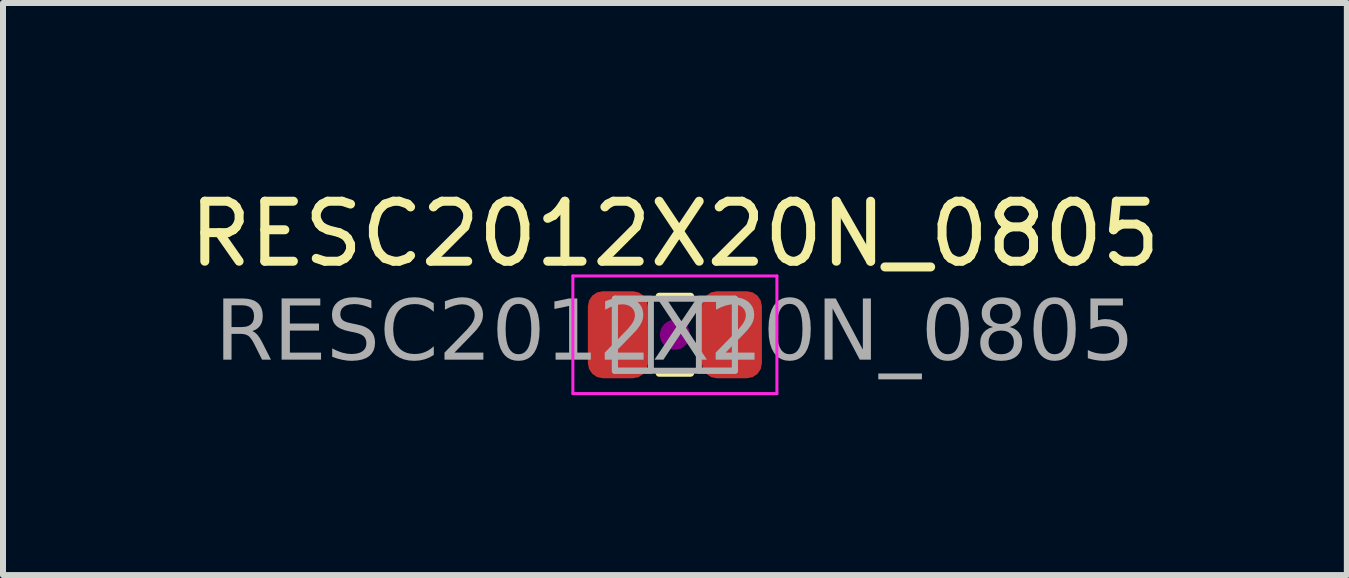
<source format=kicad_pcb>
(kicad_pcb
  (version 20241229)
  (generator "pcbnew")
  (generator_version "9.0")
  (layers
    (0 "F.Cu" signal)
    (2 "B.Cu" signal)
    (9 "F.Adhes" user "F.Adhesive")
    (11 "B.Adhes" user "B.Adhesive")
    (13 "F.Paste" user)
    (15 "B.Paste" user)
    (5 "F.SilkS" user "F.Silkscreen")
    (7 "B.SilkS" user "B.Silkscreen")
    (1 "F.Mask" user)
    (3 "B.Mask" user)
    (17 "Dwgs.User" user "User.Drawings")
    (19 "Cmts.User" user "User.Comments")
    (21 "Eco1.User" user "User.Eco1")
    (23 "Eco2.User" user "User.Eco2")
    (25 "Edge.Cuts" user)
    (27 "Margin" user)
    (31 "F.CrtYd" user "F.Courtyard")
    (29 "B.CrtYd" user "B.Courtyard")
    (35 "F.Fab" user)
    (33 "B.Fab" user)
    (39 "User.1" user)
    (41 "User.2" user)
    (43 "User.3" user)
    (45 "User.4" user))
  (footprint "RESC2012X20N_0805"
    (layer "F.Cu")
    (at 8.196 2.528)
    (property "Reference" "RESC2012X20N_0805" (at 0 -1.68 0) (layer "F.SilkS") (effects (font (size 1 1) (thickness 0.15))))
    (attr smd)
    (fp_line (start -0.261 -0.64) (end 0.261 -0.64) (stroke (width 0.12) (type solid)) (layer "F.SilkS"))
    (fp_line (start -0.261 0.64) (end 0.261 0.64) (stroke (width 0.12) (type solid)) (layer "F.SilkS"))
    (fp_circle (center 0 0) (end 0.25 0) (stroke (width 0) (type solid)) (fill yes) (layer "F.Adhes"))
    (fp_line (start -1.7 -0.98) (end 1.7 -0.98) (stroke (width 0.05) (type solid)) (layer "F.CrtYd"))
    (fp_line (start -1.7 0.98) (end -1.7 -0.98) (stroke (width 0.05) (type solid)) (layer "F.CrtYd"))
    (fp_line (start 1.7 -0.98) (end 1.7 0.98) (stroke (width 0.05) (type solid)) (layer "F.CrtYd"))
    (fp_line (start 1.7 0.98) (end -1.7 0.98) (stroke (width 0.05) (type solid)) (layer "F.CrtYd"))
    (fp_line (start -1 -0.6) (end 1 -0.6) (stroke (width 0.1) (type solid)) (layer "F.Fab"))
    (fp_line (start -1 0.6) (end -1 -0.6) (stroke (width 0.1) (type solid)) (layer "F.Fab"))
    (fp_line (start 1 -0.6) (end 1 0.6) (stroke (width 0.1) (type solid)) (layer "F.Fab"))
    (fp_line (start 1 0.6) (end -1 0.6) (stroke (width 0.1) (type solid)) (layer "F.Fab"))
    (fp_rect (start -1 -0.6) (end -0.4 0.6) (stroke (width 0.1) (type solid)) (fill no) (layer "F.Fab"))
    (fp_rect (start 0.4 -0.6) (end 1 0.6) (stroke (width 0.1) (type solid)) (fill no) (layer "F.Fab"))
    (fp_text user "${REFERENCE}" (at 0 0 0) (layer "F.Fab") (effects (font (face "Tahoma") (size 1 1) (thickness 0.15))))
    (pad "1" smd roundrect (at -0.95 0) (size 1 1.45) (layers "F.Cu" "F.Mask" "F.Paste") (roundrect_rratio 0.25))
    (pad "2" smd roundrect (at 0.95 0) (size 1 1.45) (layers "F.Cu" "F.Mask" "F.Paste") (roundrect_rratio 0.25)))
  (gr_rect
    (start -3 -3)
    (end 19.393 6.533)
    (stroke (width 0.1) (type default))
    (fill no)
    (layer "Edge.Cuts")))
</source>
